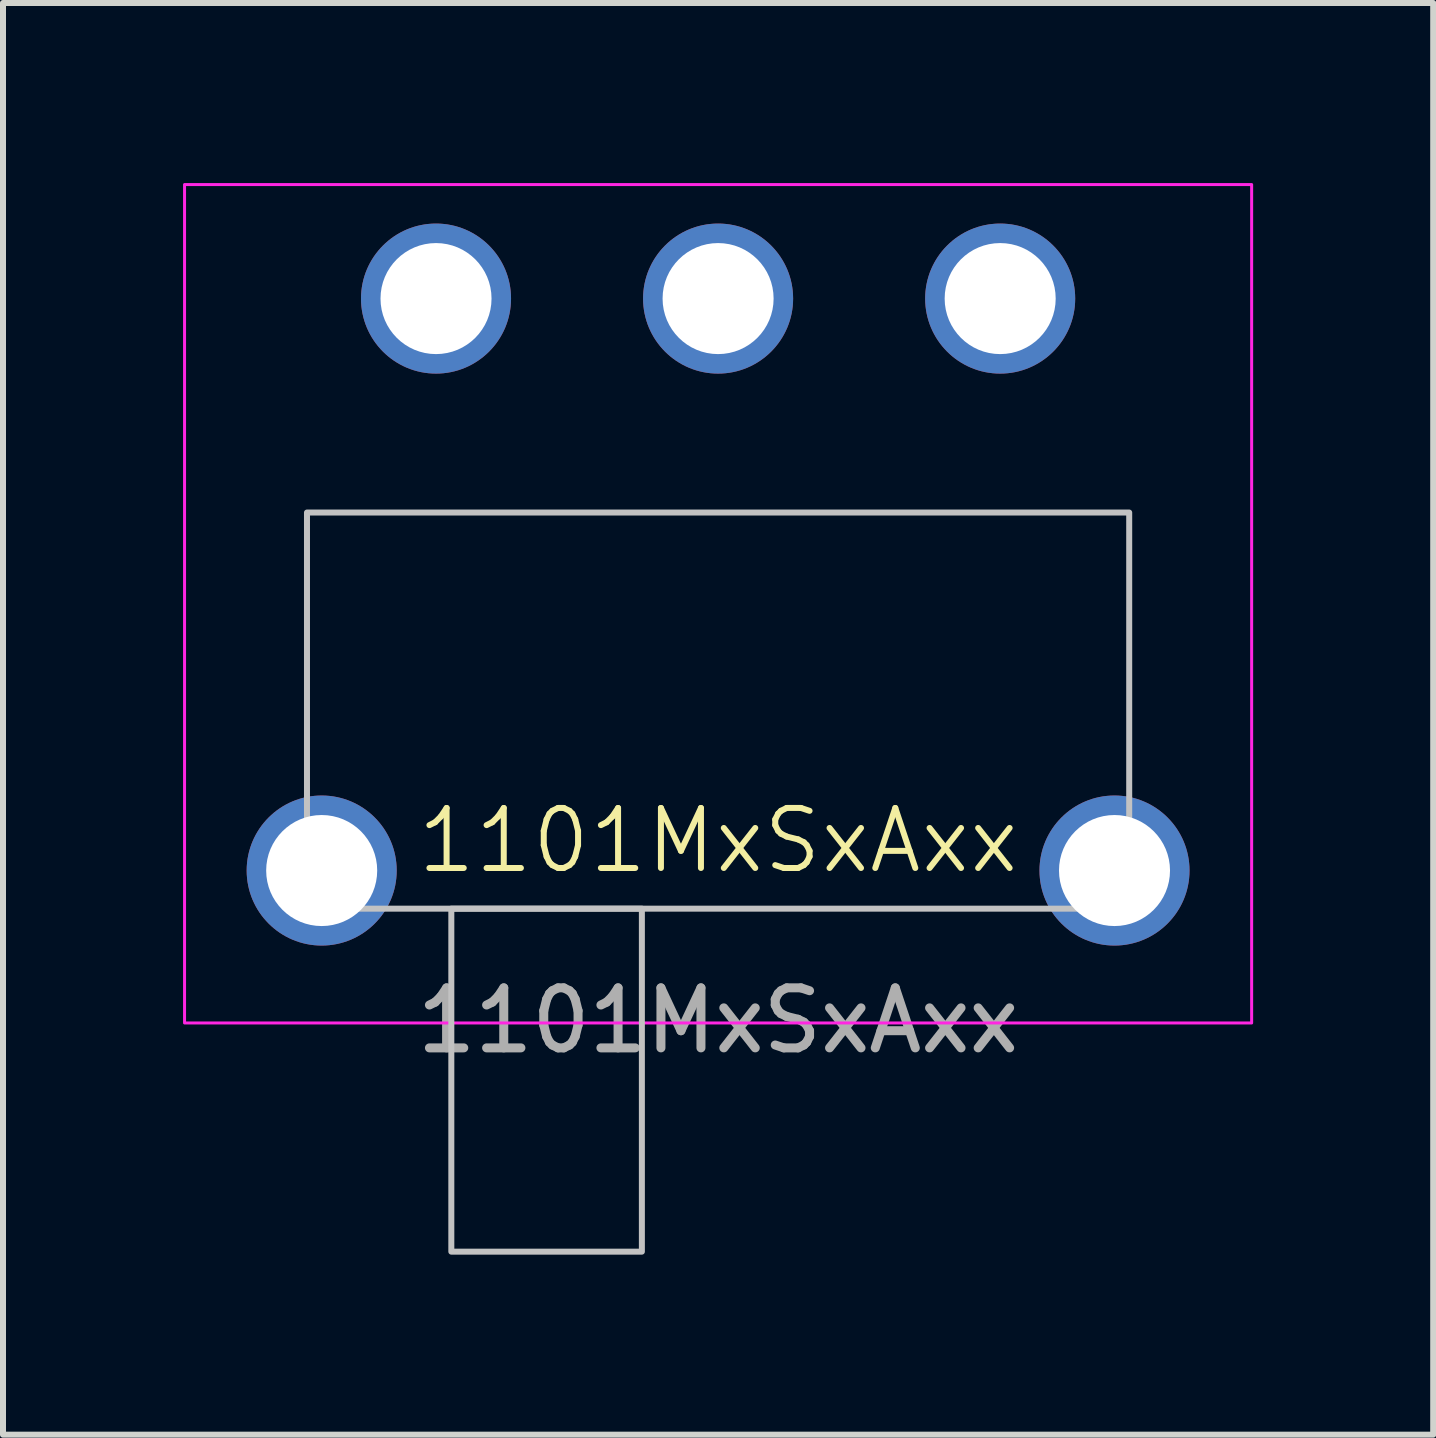
<source format=kicad_pcb>
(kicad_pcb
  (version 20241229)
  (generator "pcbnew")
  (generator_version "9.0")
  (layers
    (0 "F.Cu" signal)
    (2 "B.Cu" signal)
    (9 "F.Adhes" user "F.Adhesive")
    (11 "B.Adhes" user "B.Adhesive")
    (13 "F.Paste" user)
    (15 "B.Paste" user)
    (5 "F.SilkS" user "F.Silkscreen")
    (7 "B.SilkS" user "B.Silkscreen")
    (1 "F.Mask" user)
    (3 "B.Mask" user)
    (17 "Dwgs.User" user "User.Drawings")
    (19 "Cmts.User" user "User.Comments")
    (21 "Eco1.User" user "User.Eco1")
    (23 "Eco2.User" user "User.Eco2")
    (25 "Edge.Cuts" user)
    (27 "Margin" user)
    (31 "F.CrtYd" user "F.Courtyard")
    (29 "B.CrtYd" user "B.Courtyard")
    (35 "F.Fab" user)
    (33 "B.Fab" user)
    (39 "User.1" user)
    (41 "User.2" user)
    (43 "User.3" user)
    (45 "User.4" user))
  (footprint "1101MxSxAxx"
    (layer "F.Cu")
    (at 8.915 11.455)
    (property "Reference" "1101MxSxAxx" (at 0 -0.5 0) (unlocked yes) (layer "F.SilkS") (effects (font (size 1 1) (thickness 0.1))))
    (attr through_hole)
    (fp_rect (start -6.85 -5.965) (end 6.85 0.635) (stroke (width 0.1) (type default)) (fill no) (layer "Dwgs.User"))
    (fp_rect (start -4.445 0.635) (end -1.27 6.35) (stroke (width 0.1) (type default)) (fill no) (layer "Dwgs.User"))
    (fp_rect (start -8.89 -11.43) (end 8.89 2.54) (stroke (width 0.05) (type default)) (fill no) (layer "F.CrtYd"))
    (fp_text user "${REFERENCE}" (at 0 2.5 0) (unlocked yes) (layer "F.Fab") (effects (font (size 1 1) (thickness 0.15))))
    (pad "1" thru_hole circle (at 4.7 -9.53) (size 2.5 2.5) (drill 1.85) (layers "*.Cu" "*.Mask"))
    (pad "2" thru_hole circle (at 0 -9.53) (size 2.5 2.5) (drill 1.85) (layers "*.Cu" "*.Mask"))
    (pad "3" thru_hole circle (at -4.7 -9.53) (size 2.5 2.5) (drill 1.85) (layers "*.Cu" "*.Mask"))
    (pad "4" thru_hole circle (at -6.605 0) (size 2.5 2.5) (drill 1.85) (layers "*.Cu" "*.Mask"))
    (pad "4" thru_hole circle (at 6.605 0) (size 2.5 2.5) (drill 1.85) (layers "*.Cu" "*.Mask")))
  (gr_rect
    (start -3 -3)
    (end 20.83 20.855)
    (stroke (width 0.1) (type default))
    (fill no)
    (layer "Edge.Cuts")))
</source>
